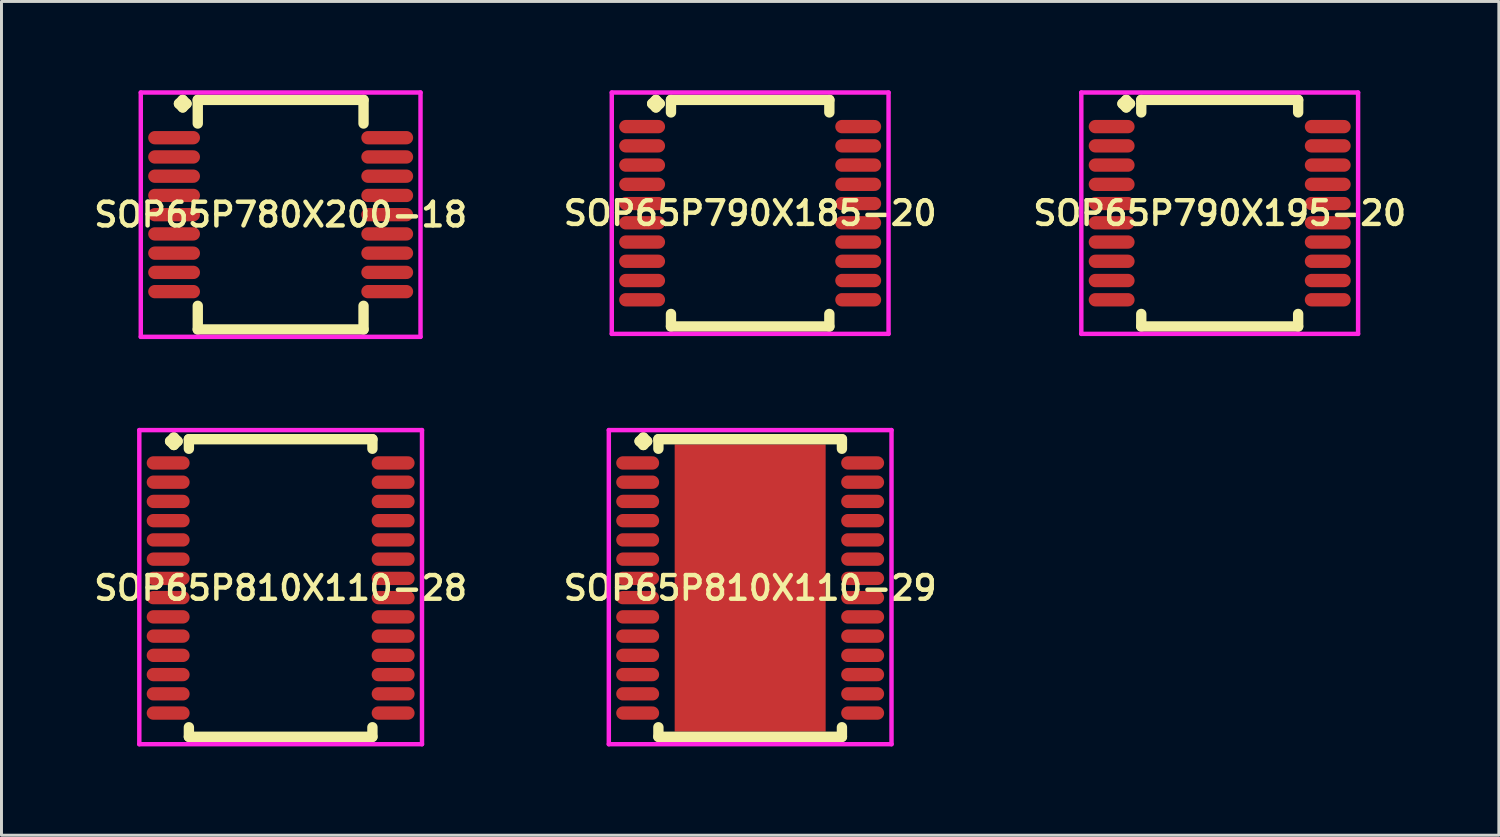
<source format=kicad_pcb>
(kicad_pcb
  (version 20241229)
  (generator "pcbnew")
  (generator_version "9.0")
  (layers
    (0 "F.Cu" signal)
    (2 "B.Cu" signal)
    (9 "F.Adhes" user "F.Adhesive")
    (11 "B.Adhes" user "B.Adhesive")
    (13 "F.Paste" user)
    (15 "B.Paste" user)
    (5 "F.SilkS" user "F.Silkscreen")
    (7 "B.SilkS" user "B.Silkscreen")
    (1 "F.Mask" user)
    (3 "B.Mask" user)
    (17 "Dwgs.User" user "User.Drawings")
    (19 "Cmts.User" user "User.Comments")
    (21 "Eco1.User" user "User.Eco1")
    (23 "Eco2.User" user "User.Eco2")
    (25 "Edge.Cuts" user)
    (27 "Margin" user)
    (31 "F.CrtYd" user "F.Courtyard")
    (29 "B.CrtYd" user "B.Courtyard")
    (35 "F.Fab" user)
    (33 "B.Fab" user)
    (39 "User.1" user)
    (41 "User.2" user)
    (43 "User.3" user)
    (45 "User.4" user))
  (footprint "SOP65P780X200-18"
    (layer "F.Cu")
    (at 6.431 4.202)
    (property "Reference" "SOP65P780X200-18" (at 0 0 0) (layer "F.SilkS") (effects (font (size 0.8 0.8) (thickness 0.15))))
    (attr smd)
    (fp_line (start -3.435 -3.75) (end -3.308 -3.877) (stroke (width 0.35) (type solid)) (layer "F.SilkS"))
    (fp_line (start -3.308 -3.877) (end -3.181 -3.75) (stroke (width 0.35) (type solid)) (layer "F.SilkS"))
    (fp_line (start -3.308 -3.623) (end -3.435 -3.75) (stroke (width 0.35) (type solid)) (layer "F.SilkS"))
    (fp_line (start -3.181 -3.75) (end -3.308 -3.623) (stroke (width 0.35) (type solid)) (layer "F.SilkS"))
    (fp_line (start -2.8 -3.877) (end 2.8 -3.877) (stroke (width 0.35) (type solid)) (layer "F.SilkS"))
    (fp_line (start -2.8 -3.079) (end -2.8 -3.877) (stroke (width 0.35) (type solid)) (layer "F.SilkS"))
    (fp_line (start -2.8 3.079) (end -2.8 3.877) (stroke (width 0.35) (type solid)) (layer "F.SilkS"))
    (fp_line (start -2.8 3.877) (end 2.8 3.877) (stroke (width 0.35) (type solid)) (layer "F.SilkS"))
    (fp_line (start 2.8 -3.877) (end 2.8 -3.079) (stroke (width 0.35) (type solid)) (layer "F.SilkS"))
    (fp_line (start 2.8 3.877) (end 2.8 3.079) (stroke (width 0.35) (type solid)) (layer "F.SilkS"))
    (fp_line (start -4.725 -4.127) (end 4.725 -4.127) (stroke (width 0.15) (type solid)) (layer "F.CrtYd"))
    (fp_line (start -4.725 4.127) (end -4.725 -4.127) (stroke (width 0.15) (type solid)) (layer "F.CrtYd"))
    (fp_line (start 4.725 -4.127) (end 4.725 4.127) (stroke (width 0.15) (type solid)) (layer "F.CrtYd"))
    (fp_line (start 4.725 4.127) (end -4.725 4.127) (stroke (width 0.15) (type solid)) (layer "F.CrtYd"))
    (pad "1" smd oval (at -3.6 -2.6) (size 1.75 0.45) (layers "F.Cu" "F.Mask" "F.Paste"))
    (pad "2" smd oval (at -3.6 -1.95) (size 1.75 0.45) (layers "F.Cu" "F.Mask" "F.Paste"))
    (pad "3" smd oval (at -3.6 -1.3) (size 1.75 0.45) (layers "F.Cu" "F.Mask" "F.Paste"))
    (pad "4" smd oval (at -3.6 -0.65) (size 1.75 0.45) (layers "F.Cu" "F.Mask" "F.Paste"))
    (pad "5" smd oval (at -3.6 0) (size 1.75 0.45) (layers "F.Cu" "F.Mask" "F.Paste"))
    (pad "6" smd oval (at -3.6 0.65) (size 1.75 0.45) (layers "F.Cu" "F.Mask" "F.Paste"))
    (pad "7" smd oval (at -3.6 1.3) (size 1.75 0.45) (layers "F.Cu" "F.Mask" "F.Paste"))
    (pad "8" smd oval (at -3.6 1.95) (size 1.75 0.45) (layers "F.Cu" "F.Mask" "F.Paste"))
    (pad "9" smd oval (at -3.6 2.6) (size 1.75 0.45) (layers "F.Cu" "F.Mask" "F.Paste"))
    (pad "10" smd oval (at 3.6 2.6) (size 1.75 0.45) (layers "F.Cu" "F.Mask" "F.Paste"))
    (pad "11" smd oval (at 3.6 1.95) (size 1.75 0.45) (layers "F.Cu" "F.Mask" "F.Paste"))
    (pad "12" smd oval (at 3.6 1.3) (size 1.75 0.45) (layers "F.Cu" "F.Mask" "F.Paste"))
    (pad "13" smd oval (at 3.6 0.65) (size 1.75 0.45) (layers "F.Cu" "F.Mask" "F.Paste"))
    (pad "14" smd oval (at 3.6 0) (size 1.75 0.45) (layers "F.Cu" "F.Mask" "F.Paste"))
    (pad "15" smd oval (at 3.6 -0.65) (size 1.75 0.45) (layers "F.Cu" "F.Mask" "F.Paste"))
    (pad "16" smd oval (at 3.6 -1.3) (size 1.75 0.45) (layers "F.Cu" "F.Mask" "F.Paste"))
    (pad "17" smd oval (at 3.6 -1.95) (size 1.75 0.45) (layers "F.Cu" "F.Mask" "F.Paste"))
    (pad "18" smd oval (at 3.6 -2.6) (size 1.75 0.45) (layers "F.Cu" "F.Mask" "F.Paste")))
  (footprint "SOP65P810X110-28"
    (layer "F.Cu")
    (at 6.431 16.814)
    (property "Reference" "SOP65P810X110-28" (at 0 0 0) (layer "F.SilkS") (effects (font (size 0.8 0.8) (thickness 0.15))))
    (attr smd)
    (fp_line (start -3.735 -4.958) (end -3.608 -5.085) (stroke (width 0.35) (type solid)) (layer "F.SilkS"))
    (fp_line (start -3.608 -5.085) (end -3.481 -4.958) (stroke (width 0.35) (type solid)) (layer "F.SilkS"))
    (fp_line (start -3.608 -4.831) (end -3.735 -4.958) (stroke (width 0.35) (type solid)) (layer "F.SilkS"))
    (fp_line (start -3.481 -4.958) (end -3.608 -4.831) (stroke (width 0.35) (type solid)) (layer "F.SilkS"))
    (fp_line (start -3.1 -5.027) (end 3.1 -5.027) (stroke (width 0.35) (type solid)) (layer "F.SilkS"))
    (fp_line (start -3.1 -4.704) (end -3.1 -5.027) (stroke (width 0.35) (type solid)) (layer "F.SilkS"))
    (fp_line (start -3.1 4.704) (end -3.1 5.027) (stroke (width 0.35) (type solid)) (layer "F.SilkS"))
    (fp_line (start -3.1 5.027) (end 3.1 5.027) (stroke (width 0.35) (type solid)) (layer "F.SilkS"))
    (fp_line (start 3.1 -5.027) (end 3.1 -4.704) (stroke (width 0.35) (type solid)) (layer "F.SilkS"))
    (fp_line (start 3.1 5.027) (end 3.1 4.704) (stroke (width 0.35) (type solid)) (layer "F.SilkS"))
    (fp_line (start -4.775 -5.335) (end 4.775 -5.335) (stroke (width 0.15) (type solid)) (layer "F.CrtYd"))
    (fp_line (start -4.775 5.277) (end -4.775 -5.335) (stroke (width 0.15) (type solid)) (layer "F.CrtYd"))
    (fp_line (start 4.775 -5.335) (end 4.775 5.277) (stroke (width 0.15) (type solid)) (layer "F.CrtYd"))
    (fp_line (start 4.775 5.277) (end -4.775 5.277) (stroke (width 0.15) (type solid)) (layer "F.CrtYd"))
    (pad "1" smd oval (at -3.8 -4.225) (size 1.45 0.45) (layers "F.Cu" "F.Mask" "F.Paste"))
    (pad "2" smd oval (at -3.8 -3.575) (size 1.45 0.45) (layers "F.Cu" "F.Mask" "F.Paste"))
    (pad "3" smd oval (at -3.8 -2.925) (size 1.45 0.45) (layers "F.Cu" "F.Mask" "F.Paste"))
    (pad "4" smd oval (at -3.8 -2.275) (size 1.45 0.45) (layers "F.Cu" "F.Mask" "F.Paste"))
    (pad "5" smd oval (at -3.8 -1.625) (size 1.45 0.45) (layers "F.Cu" "F.Mask" "F.Paste"))
    (pad "6" smd oval (at -3.8 -0.975) (size 1.45 0.45) (layers "F.Cu" "F.Mask" "F.Paste"))
    (pad "7" smd oval (at -3.8 -0.325) (size 1.45 0.45) (layers "F.Cu" "F.Mask" "F.Paste"))
    (pad "8" smd oval (at -3.8 0.325) (size 1.45 0.45) (layers "F.Cu" "F.Mask" "F.Paste"))
    (pad "9" smd oval (at -3.8 0.975) (size 1.45 0.45) (layers "F.Cu" "F.Mask" "F.Paste"))
    (pad "10" smd oval (at -3.8 1.625) (size 1.45 0.45) (layers "F.Cu" "F.Mask" "F.Paste"))
    (pad "11" smd oval (at -3.8 2.275) (size 1.45 0.45) (layers "F.Cu" "F.Mask" "F.Paste"))
    (pad "12" smd oval (at -3.8 2.925) (size 1.45 0.45) (layers "F.Cu" "F.Mask" "F.Paste"))
    (pad "13" smd oval (at -3.8 3.575) (size 1.45 0.45) (layers "F.Cu" "F.Mask" "F.Paste"))
    (pad "14" smd oval (at -3.8 4.225) (size 1.45 0.45) (layers "F.Cu" "F.Mask" "F.Paste"))
    (pad "15" smd oval (at 3.8 4.225) (size 1.45 0.45) (layers "F.Cu" "F.Mask" "F.Paste"))
    (pad "16" smd oval (at 3.8 3.575) (size 1.45 0.45) (layers "F.Cu" "F.Mask" "F.Paste"))
    (pad "17" smd oval (at 3.8 2.925) (size 1.45 0.45) (layers "F.Cu" "F.Mask" "F.Paste"))
    (pad "18" smd oval (at 3.8 2.275) (size 1.45 0.45) (layers "F.Cu" "F.Mask" "F.Paste"))
    (pad "19" smd oval (at 3.8 1.625) (size 1.45 0.45) (layers "F.Cu" "F.Mask" "F.Paste"))
    (pad "20" smd oval (at 3.8 0.975) (size 1.45 0.45) (layers "F.Cu" "F.Mask" "F.Paste"))
    (pad "21" smd oval (at 3.8 0.325) (size 1.45 0.45) (layers "F.Cu" "F.Mask" "F.Paste"))
    (pad "22" smd oval (at 3.8 -0.325) (size 1.45 0.45) (layers "F.Cu" "F.Mask" "F.Paste"))
    (pad "23" smd oval (at 3.8 -0.975) (size 1.45 0.45) (layers "F.Cu" "F.Mask" "F.Paste"))
    (pad "24" smd oval (at 3.8 -1.625) (size 1.45 0.45) (layers "F.Cu" "F.Mask" "F.Paste"))
    (pad "25" smd oval (at 3.8 -2.275) (size 1.45 0.45) (layers "F.Cu" "F.Mask" "F.Paste"))
    (pad "26" smd oval (at 3.8 -2.925) (size 1.45 0.45) (layers "F.Cu" "F.Mask" "F.Paste"))
    (pad "27" smd oval (at 3.8 -3.575) (size 1.45 0.45) (layers "F.Cu" "F.Mask" "F.Paste"))
    (pad "28" smd oval (at 3.8 -4.225) (size 1.45 0.45) (layers "F.Cu" "F.Mask" "F.Paste")))
  (footprint "SOP65P810X110-29"
    (layer "F.Cu")
    (at 22.292 16.814)
    (property "Reference" "SOP65P810X110-29" (at 0 0 0) (layer "F.SilkS") (effects (font (size 0.8 0.8) (thickness 0.15))))
    (attr through_hole)
    (fp_line (start -3.735 -4.958) (end -3.608 -5.085) (stroke (width 0.35) (type solid)) (layer "F.SilkS"))
    (fp_line (start -3.608 -5.085) (end -3.481 -4.958) (stroke (width 0.35) (type solid)) (layer "F.SilkS"))
    (fp_line (start -3.608 -4.831) (end -3.735 -4.958) (stroke (width 0.35) (type solid)) (layer "F.SilkS"))
    (fp_line (start -3.481 -4.958) (end -3.608 -4.831) (stroke (width 0.35) (type solid)) (layer "F.SilkS"))
    (fp_line (start -3.1 -5.027) (end 3.1 -5.027) (stroke (width 0.35) (type solid)) (layer "F.SilkS"))
    (fp_line (start -3.1 -4.704) (end -3.1 -5.027) (stroke (width 0.35) (type solid)) (layer "F.SilkS"))
    (fp_line (start -3.1 4.704) (end -3.1 5.027) (stroke (width 0.35) (type solid)) (layer "F.SilkS"))
    (fp_line (start -3.1 5.027) (end 3.1 5.027) (stroke (width 0.35) (type solid)) (layer "F.SilkS"))
    (fp_line (start 3.1 -5.027) (end 3.1 -4.704) (stroke (width 0.35) (type solid)) (layer "F.SilkS"))
    (fp_line (start 3.1 5.027) (end 3.1 4.704) (stroke (width 0.35) (type solid)) (layer "F.SilkS"))
    (fp_line (start -4.775 -5.335) (end 4.775 -5.335) (stroke (width 0.15) (type solid)) (layer "F.CrtYd"))
    (fp_line (start -4.775 5.277) (end -4.775 -5.335) (stroke (width 0.15) (type solid)) (layer "F.CrtYd"))
    (fp_line (start 4.775 -5.335) (end 4.775 5.277) (stroke (width 0.15) (type solid)) (layer "F.CrtYd"))
    (fp_line (start 4.775 5.277) (end -4.775 5.277) (stroke (width 0.15) (type solid)) (layer "F.CrtYd"))
    (pad "1" smd oval (at -3.8 -4.225) (size 1.45 0.45) (layers "F.Cu" "F.Mask" "F.Paste"))
    (pad "2" smd oval (at -3.8 -3.575) (size 1.45 0.45) (layers "F.Cu" "F.Mask" "F.Paste"))
    (pad "3" smd oval (at -3.8 -2.925) (size 1.45 0.45) (layers "F.Cu" "F.Mask" "F.Paste"))
    (pad "4" smd oval (at -3.8 -2.275) (size 1.45 0.45) (layers "F.Cu" "F.Mask" "F.Paste"))
    (pad "5" smd oval (at -3.8 -1.625) (size 1.45 0.45) (layers "F.Cu" "F.Mask" "F.Paste"))
    (pad "6" smd oval (at -3.8 -0.975) (size 1.45 0.45) (layers "F.Cu" "F.Mask" "F.Paste"))
    (pad "7" smd oval (at -3.8 -0.325) (size 1.45 0.45) (layers "F.Cu" "F.Mask" "F.Paste"))
    (pad "8" smd oval (at -3.8 0.325) (size 1.45 0.45) (layers "F.Cu" "F.Mask" "F.Paste"))
    (pad "9" smd oval (at -3.8 0.975) (size 1.45 0.45) (layers "F.Cu" "F.Mask" "F.Paste"))
    (pad "10" smd oval (at -3.8 1.625) (size 1.45 0.45) (layers "F.Cu" "F.Mask" "F.Paste"))
    (pad "11" smd oval (at -3.8 2.275) (size 1.45 0.45) (layers "F.Cu" "F.Mask" "F.Paste"))
    (pad "12" smd oval (at -3.8 2.925) (size 1.45 0.45) (layers "F.Cu" "F.Mask" "F.Paste"))
    (pad "13" smd oval (at -3.8 3.575) (size 1.45 0.45) (layers "F.Cu" "F.Mask" "F.Paste"))
    (pad "14" smd oval (at -3.8 4.225) (size 1.45 0.45) (layers "F.Cu" "F.Mask" "F.Paste"))
    (pad "15" smd oval (at 3.8 4.225) (size 1.45 0.45) (layers "F.Cu" "F.Mask" "F.Paste"))
    (pad "16" smd oval (at 3.8 3.575) (size 1.45 0.45) (layers "F.Cu" "F.Mask" "F.Paste"))
    (pad "17" smd oval (at 3.8 2.925) (size 1.45 0.45) (layers "F.Cu" "F.Mask" "F.Paste"))
    (pad "18" smd oval (at 3.8 2.275) (size 1.45 0.45) (layers "F.Cu" "F.Mask" "F.Paste"))
    (pad "19" smd oval (at 3.8 1.625) (size 1.45 0.45) (layers "F.Cu" "F.Mask" "F.Paste"))
    (pad "20" smd oval (at 3.8 0.975) (size 1.45 0.45) (layers "F.Cu" "F.Mask" "F.Paste"))
    (pad "21" smd oval (at 3.8 0.325) (size 1.45 0.45) (layers "F.Cu" "F.Mask" "F.Paste"))
    (pad "22" smd oval (at 3.8 -0.325) (size 1.45 0.45) (layers "F.Cu" "F.Mask" "F.Paste"))
    (pad "23" smd oval (at 3.8 -0.975) (size 1.45 0.45) (layers "F.Cu" "F.Mask" "F.Paste"))
    (pad "24" smd oval (at 3.8 -1.625) (size 1.45 0.45) (layers "F.Cu" "F.Mask" "F.Paste"))
    (pad "25" smd oval (at 3.8 -2.275) (size 1.45 0.45) (layers "F.Cu" "F.Mask" "F.Paste"))
    (pad "26" smd oval (at 3.8 -2.925) (size 1.45 0.45) (layers "F.Cu" "F.Mask" "F.Paste"))
    (pad "27" smd oval (at 3.8 -3.575) (size 1.45 0.45) (layers "F.Cu" "F.Mask" "F.Paste"))
    (pad "28" smd oval (at 3.8 -4.225) (size 1.45 0.45) (layers "F.Cu" "F.Mask" "F.Paste"))
    (pad "29" smd rect (at 0 0) (size 5.1 9.7) (layers "F.Cu" "F.Mask" "F.Paste")))
  (footprint "SOP65P790X195-20"
    (layer "F.Cu")
    (at 38.154 4.152)
    (property "Reference" "SOP65P790X195-20" (at 0 0 0) (layer "F.SilkS") (effects (font (size 0.8 0.8) (thickness 0.15))))
    (attr smd)
    (fp_line (start -3.285 -3.7) (end -3.158 -3.827) (stroke (width 0.35) (type solid)) (layer "F.SilkS"))
    (fp_line (start -3.158 -3.827) (end -3.031 -3.7) (stroke (width 0.35) (type solid)) (layer "F.SilkS"))
    (fp_line (start -3.158 -3.573) (end -3.285 -3.7) (stroke (width 0.35) (type solid)) (layer "F.SilkS"))
    (fp_line (start -3.031 -3.7) (end -3.158 -3.573) (stroke (width 0.35) (type solid)) (layer "F.SilkS"))
    (fp_line (start -2.65 -3.827) (end 2.65 -3.827) (stroke (width 0.35) (type solid)) (layer "F.SilkS"))
    (fp_line (start -2.65 -3.404) (end -2.65 -3.827) (stroke (width 0.35) (type solid)) (layer "F.SilkS"))
    (fp_line (start -2.65 3.404) (end -2.65 3.827) (stroke (width 0.35) (type solid)) (layer "F.SilkS"))
    (fp_line (start -2.65 3.827) (end 2.65 3.827) (stroke (width 0.35) (type solid)) (layer "F.SilkS"))
    (fp_line (start 2.65 -3.827) (end 2.65 -3.404) (stroke (width 0.35) (type solid)) (layer "F.SilkS"))
    (fp_line (start 2.65 3.827) (end 2.65 3.404) (stroke (width 0.35) (type solid)) (layer "F.SilkS"))
    (fp_line (start -4.675 -4.077) (end 4.675 -4.077) (stroke (width 0.15) (type solid)) (layer "F.CrtYd"))
    (fp_line (start -4.675 4.077) (end -4.675 -4.077) (stroke (width 0.15) (type solid)) (layer "F.CrtYd"))
    (fp_line (start 4.675 -4.077) (end 4.675 4.077) (stroke (width 0.15) (type solid)) (layer "F.CrtYd"))
    (fp_line (start 4.675 4.077) (end -4.675 4.077) (stroke (width 0.15) (type solid)) (layer "F.CrtYd"))
    (pad "1" smd oval (at -3.65 -2.925) (size 1.55 0.45) (layers "F.Cu" "F.Mask" "F.Paste"))
    (pad "2" smd oval (at -3.65 -2.275) (size 1.55 0.45) (layers "F.Cu" "F.Mask" "F.Paste"))
    (pad "3" smd oval (at -3.65 -1.625) (size 1.55 0.45) (layers "F.Cu" "F.Mask" "F.Paste"))
    (pad "4" smd oval (at -3.65 -0.975) (size 1.55 0.45) (layers "F.Cu" "F.Mask" "F.Paste"))
    (pad "5" smd oval (at -3.65 -0.325) (size 1.55 0.45) (layers "F.Cu" "F.Mask" "F.Paste"))
    (pad "6" smd oval (at -3.65 0.325) (size 1.55 0.45) (layers "F.Cu" "F.Mask" "F.Paste"))
    (pad "7" smd oval (at -3.65 0.975) (size 1.55 0.45) (layers "F.Cu" "F.Mask" "F.Paste"))
    (pad "8" smd oval (at -3.65 1.625) (size 1.55 0.45) (layers "F.Cu" "F.Mask" "F.Paste"))
    (pad "9" smd oval (at -3.65 2.275) (size 1.55 0.45) (layers "F.Cu" "F.Mask" "F.Paste"))
    (pad "10" smd oval (at -3.65 2.925) (size 1.55 0.45) (layers "F.Cu" "F.Mask" "F.Paste"))
    (pad "11" smd oval (at 3.65 2.925) (size 1.55 0.45) (layers "F.Cu" "F.Mask" "F.Paste"))
    (pad "12" smd oval (at 3.65 2.275) (size 1.55 0.45) (layers "F.Cu" "F.Mask" "F.Paste"))
    (pad "13" smd oval (at 3.65 1.625) (size 1.55 0.45) (layers "F.Cu" "F.Mask" "F.Paste"))
    (pad "14" smd oval (at 3.65 0.975) (size 1.55 0.45) (layers "F.Cu" "F.Mask" "F.Paste"))
    (pad "15" smd oval (at 3.65 0.325) (size 1.55 0.45) (layers "F.Cu" "F.Mask" "F.Paste"))
    (pad "16" smd oval (at 3.65 -0.325) (size 1.55 0.45) (layers "F.Cu" "F.Mask" "F.Paste"))
    (pad "17" smd oval (at 3.65 -0.975) (size 1.55 0.45) (layers "F.Cu" "F.Mask" "F.Paste"))
    (pad "18" smd oval (at 3.65 -1.625) (size 1.55 0.45) (layers "F.Cu" "F.Mask" "F.Paste"))
    (pad "19" smd oval (at 3.65 -2.275) (size 1.55 0.45) (layers "F.Cu" "F.Mask" "F.Paste"))
    (pad "20" smd oval (at 3.65 -2.925) (size 1.55 0.45) (layers "F.Cu" "F.Mask" "F.Paste")))
  (footprint "SOP65P790X185-20"
    (layer "F.Cu")
    (at 22.292 4.152)
    (property "Reference" "SOP65P790X185-20" (at 0 0 0) (layer "F.SilkS") (effects (font (size 0.8 0.8) (thickness 0.15))))
    (attr smd)
    (fp_line (start -3.31 -3.7) (end -3.183 -3.827) (stroke (width 0.35) (type solid)) (layer "F.SilkS"))
    (fp_line (start -3.183 -3.827) (end -3.056 -3.7) (stroke (width 0.35) (type solid)) (layer "F.SilkS"))
    (fp_line (start -3.183 -3.573) (end -3.31 -3.7) (stroke (width 0.35) (type solid)) (layer "F.SilkS"))
    (fp_line (start -3.056 -3.7) (end -3.183 -3.573) (stroke (width 0.35) (type solid)) (layer "F.SilkS"))
    (fp_line (start -2.675 -3.827) (end 2.675 -3.827) (stroke (width 0.35) (type solid)) (layer "F.SilkS"))
    (fp_line (start -2.675 -3.404) (end -2.675 -3.827) (stroke (width 0.35) (type solid)) (layer "F.SilkS"))
    (fp_line (start -2.675 3.404) (end -2.675 3.827) (stroke (width 0.35) (type solid)) (layer "F.SilkS"))
    (fp_line (start -2.675 3.827) (end 2.675 3.827) (stroke (width 0.35) (type solid)) (layer "F.SilkS"))
    (fp_line (start 2.675 -3.827) (end 2.675 -3.404) (stroke (width 0.35) (type solid)) (layer "F.SilkS"))
    (fp_line (start 2.675 3.827) (end 2.675 3.404) (stroke (width 0.35) (type solid)) (layer "F.SilkS"))
    (fp_line (start -4.675 -4.077) (end 4.675 -4.077) (stroke (width 0.15) (type solid)) (layer "F.CrtYd"))
    (fp_line (start -4.675 4.077) (end -4.675 -4.077) (stroke (width 0.15) (type solid)) (layer "F.CrtYd"))
    (fp_line (start 4.675 -4.077) (end 4.675 4.077) (stroke (width 0.15) (type solid)) (layer "F.CrtYd"))
    (fp_line (start 4.675 4.077) (end -4.675 4.077) (stroke (width 0.15) (type solid)) (layer "F.CrtYd"))
    (pad "1" smd oval (at -3.65 -2.925) (size 1.55 0.45) (layers "F.Cu" "F.Mask" "F.Paste"))
    (pad "2" smd oval (at -3.65 -2.275) (size 1.55 0.45) (layers "F.Cu" "F.Mask" "F.Paste"))
    (pad "3" smd oval (at -3.65 -1.625) (size 1.55 0.45) (layers "F.Cu" "F.Mask" "F.Paste"))
    (pad "4" smd oval (at -3.65 -0.975) (size 1.55 0.45) (layers "F.Cu" "F.Mask" "F.Paste"))
    (pad "5" smd oval (at -3.65 -0.325) (size 1.55 0.45) (layers "F.Cu" "F.Mask" "F.Paste"))
    (pad "6" smd oval (at -3.65 0.325) (size 1.55 0.45) (layers "F.Cu" "F.Mask" "F.Paste"))
    (pad "7" smd oval (at -3.65 0.975) (size 1.55 0.45) (layers "F.Cu" "F.Mask" "F.Paste"))
    (pad "8" smd oval (at -3.65 1.625) (size 1.55 0.45) (layers "F.Cu" "F.Mask" "F.Paste"))
    (pad "9" smd oval (at -3.65 2.275) (size 1.55 0.45) (layers "F.Cu" "F.Mask" "F.Paste"))
    (pad "10" smd oval (at -3.65 2.925) (size 1.55 0.45) (layers "F.Cu" "F.Mask" "F.Paste"))
    (pad "11" smd oval (at 3.65 2.925) (size 1.55 0.45) (layers "F.Cu" "F.Mask" "F.Paste"))
    (pad "12" smd oval (at 3.65 2.275) (size 1.55 0.45) (layers "F.Cu" "F.Mask" "F.Paste"))
    (pad "13" smd oval (at 3.65 1.625) (size 1.55 0.45) (layers "F.Cu" "F.Mask" "F.Paste"))
    (pad "14" smd oval (at 3.65 0.975) (size 1.55 0.45) (layers "F.Cu" "F.Mask" "F.Paste"))
    (pad "15" smd oval (at 3.65 0.325) (size 1.55 0.45) (layers "F.Cu" "F.Mask" "F.Paste"))
    (pad "16" smd oval (at 3.65 -0.325) (size 1.55 0.45) (layers "F.Cu" "F.Mask" "F.Paste"))
    (pad "17" smd oval (at 3.65 -0.975) (size 1.55 0.45) (layers "F.Cu" "F.Mask" "F.Paste"))
    (pad "18" smd oval (at 3.65 -1.625) (size 1.55 0.45) (layers "F.Cu" "F.Mask" "F.Paste"))
    (pad "19" smd oval (at 3.65 -2.275) (size 1.55 0.45) (layers "F.Cu" "F.Mask" "F.Paste"))
    (pad "20" smd oval (at 3.65 -2.925) (size 1.55 0.45) (layers "F.Cu" "F.Mask" "F.Paste")))
  (gr_rect
    (start -3 -3)
    (end 47.584 25.166)
    (stroke (width 0.1) (type default))
    (fill no)
    (layer "Edge.Cuts")))
</source>
